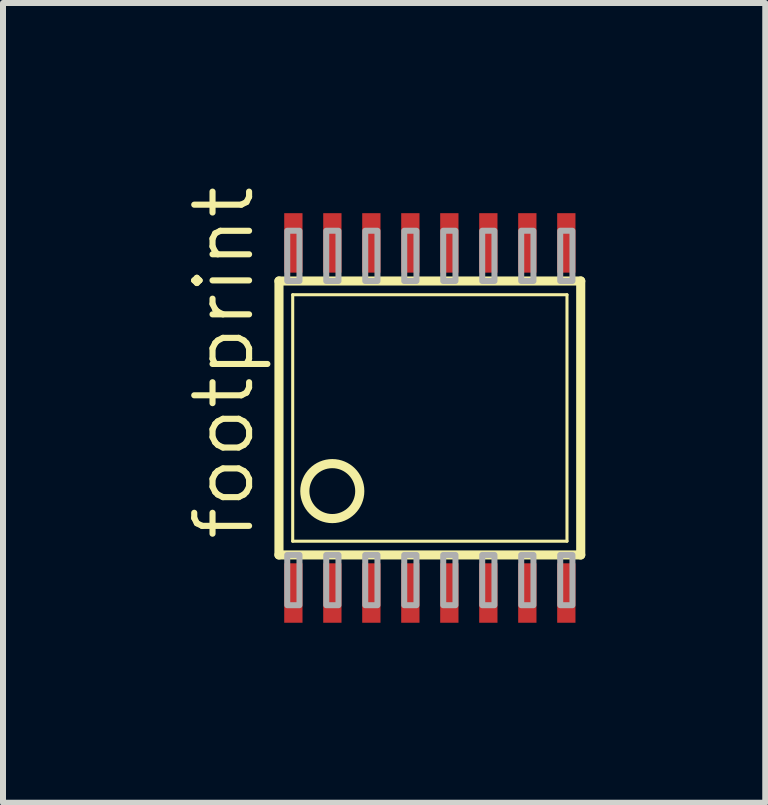
<source format=kicad_pcb>
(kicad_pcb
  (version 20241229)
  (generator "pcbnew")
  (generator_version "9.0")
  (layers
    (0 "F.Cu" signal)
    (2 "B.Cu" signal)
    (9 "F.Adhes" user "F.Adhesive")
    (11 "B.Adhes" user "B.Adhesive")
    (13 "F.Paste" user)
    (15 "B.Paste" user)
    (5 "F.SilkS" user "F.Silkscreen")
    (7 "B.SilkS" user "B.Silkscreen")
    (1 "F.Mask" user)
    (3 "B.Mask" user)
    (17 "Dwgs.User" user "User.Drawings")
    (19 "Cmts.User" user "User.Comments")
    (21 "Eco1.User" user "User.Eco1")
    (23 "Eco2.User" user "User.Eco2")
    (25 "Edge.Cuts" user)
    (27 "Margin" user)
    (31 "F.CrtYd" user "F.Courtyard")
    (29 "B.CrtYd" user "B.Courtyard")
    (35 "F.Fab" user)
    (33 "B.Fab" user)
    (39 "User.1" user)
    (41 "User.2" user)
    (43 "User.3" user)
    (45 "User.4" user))
  (footprint "footprint"
    (layer "F.Cu")
    (at 4.115 3.917)
    (property "Reference" "footprint" (at -2.896 2.083 90) (layer "F.SilkS") (effects (font (size 0.914 0.914) (thickness 0.102)) (justify left bottom)))
    (fp_line (start -2.515 2.283) (end -2.515 -2.283) (stroke (width 0.152) (type solid)) (layer "F.SilkS"))
    (fp_line (start -2.515 2.283) (end 2.515 2.283) (stroke (width 0.152) (type solid)) (layer "F.SilkS"))
    (fp_line (start -2.286 2.054) (end -2.286 -2.054) (stroke (width 0.051) (type solid)) (layer "F.SilkS"))
    (fp_line (start -2.286 2.054) (end 2.286 2.054) (stroke (width 0.051) (type solid)) (layer "F.SilkS"))
    (fp_line (start 2.286 -2.054) (end -2.286 -2.054) (stroke (width 0.051) (type solid)) (layer "F.SilkS"))
    (fp_line (start 2.286 -2.054) (end 2.286 2.054) (stroke (width 0.051) (type solid)) (layer "F.SilkS"))
    (fp_line (start 2.515 -2.283) (end -2.515 -2.283) (stroke (width 0.152) (type solid)) (layer "F.SilkS"))
    (fp_line (start 2.515 -2.283) (end 2.515 2.283) (stroke (width 0.152) (type solid)) (layer "F.SilkS"))
    (fp_circle (center -1.626 1.219) (end -1.168 1.219) (stroke (width 0.152) (type solid)) (fill no) (layer "F.SilkS"))
    (fp_poly (pts (xy -2.377 -2.283) (xy -2.173 -2.283) (xy -2.173 -3.121) (xy -2.377 -3.121)) (stroke (width 0.1) (type solid)) (fill no) (layer "F.Fab"))
    (fp_poly (pts (xy -2.377 3.121) (xy -2.173 3.121) (xy -2.173 2.283) (xy -2.377 2.283)) (stroke (width 0.1) (type solid)) (fill no) (layer "F.Fab"))
    (fp_poly (pts (xy -1.727 -2.283) (xy -1.523 -2.283) (xy -1.523 -3.121) (xy -1.727 -3.121)) (stroke (width 0.1) (type solid)) (fill no) (layer "F.Fab"))
    (fp_poly (pts (xy -1.727 3.121) (xy -1.523 3.121) (xy -1.523 2.283) (xy -1.727 2.283)) (stroke (width 0.1) (type solid)) (fill no) (layer "F.Fab"))
    (fp_poly (pts (xy -1.077 -2.283) (xy -0.873 -2.283) (xy -0.873 -3.121) (xy -1.077 -3.121)) (stroke (width 0.1) (type solid)) (fill no) (layer "F.Fab"))
    (fp_poly (pts (xy -1.077 3.121) (xy -0.873 3.121) (xy -0.873 2.283) (xy -1.077 2.283)) (stroke (width 0.1) (type solid)) (fill no) (layer "F.Fab"))
    (fp_poly (pts (xy -0.427 -2.283) (xy -0.223 -2.283) (xy -0.223 -3.121) (xy -0.427 -3.121)) (stroke (width 0.1) (type solid)) (fill no) (layer "F.Fab"))
    (fp_poly (pts (xy -0.427 3.121) (xy -0.223 3.121) (xy -0.223 2.283) (xy -0.427 2.283)) (stroke (width 0.1) (type solid)) (fill no) (layer "F.Fab"))
    (fp_poly (pts (xy 0.223 -2.283) (xy 0.427 -2.283) (xy 0.427 -3.121) (xy 0.223 -3.121)) (stroke (width 0.1) (type solid)) (fill no) (layer "F.Fab"))
    (fp_poly (pts (xy 0.223 3.121) (xy 0.427 3.121) (xy 0.427 2.283) (xy 0.223 2.283)) (stroke (width 0.1) (type solid)) (fill no) (layer "F.Fab"))
    (fp_poly (pts (xy 0.873 -2.283) (xy 1.077 -2.283) (xy 1.077 -3.121) (xy 0.873 -3.121)) (stroke (width 0.1) (type solid)) (fill no) (layer "F.Fab"))
    (fp_poly (pts (xy 0.873 3.121) (xy 1.077 3.121) (xy 1.077 2.283) (xy 0.873 2.283)) (stroke (width 0.1) (type solid)) (fill no) (layer "F.Fab"))
    (fp_poly (pts (xy 1.523 -2.283) (xy 1.727 -2.283) (xy 1.727 -3.121) (xy 1.523 -3.121)) (stroke (width 0.1) (type solid)) (fill no) (layer "F.Fab"))
    (fp_poly (pts (xy 1.523 3.121) (xy 1.727 3.121) (xy 1.727 2.283) (xy 1.523 2.283)) (stroke (width 0.1) (type solid)) (fill no) (layer "F.Fab"))
    (fp_poly (pts (xy 2.173 -2.283) (xy 2.377 -2.283) (xy 2.377 -3.121) (xy 2.173 -3.121)) (stroke (width 0.1) (type solid)) (fill no) (layer "F.Fab"))
    (fp_poly (pts (xy 2.173 3.121) (xy 2.377 3.121) (xy 2.377 2.283) (xy 2.173 2.283)) (stroke (width 0.1) (type solid)) (fill no) (layer "F.Fab"))
    (pad "1" smd rect (at -2.275 2.918) (size 0.305 0.991) (layers "F.Cu" "F.Mask" "F.Paste"))
    (pad "2" smd rect (at -1.625 2.918) (size 0.305 0.991) (layers "F.Cu" "F.Mask" "F.Paste"))
    (pad "3" smd rect (at -0.975 2.918) (size 0.305 0.991) (layers "F.Cu" "F.Mask" "F.Paste"))
    (pad "4" smd rect (at -0.325 2.918) (size 0.305 0.991) (layers "F.Cu" "F.Mask" "F.Paste"))
    (pad "5" smd rect (at 0.325 2.918) (size 0.305 0.991) (layers "F.Cu" "F.Mask" "F.Paste"))
    (pad "6" smd rect (at 0.975 2.918) (size 0.305 0.991) (layers "F.Cu" "F.Mask" "F.Paste"))
    (pad "7" smd rect (at 1.625 2.918) (size 0.305 0.991) (layers "F.Cu" "F.Mask" "F.Paste"))
    (pad "8" smd rect (at 2.275 2.918) (size 0.305 0.991) (layers "F.Cu" "F.Mask" "F.Paste"))
    (pad "9" smd rect (at 2.275 -2.918) (size 0.305 0.991) (layers "F.Cu" "F.Mask" "F.Paste"))
    (pad "10" smd rect (at 1.625 -2.918) (size 0.305 0.991) (layers "F.Cu" "F.Mask" "F.Paste"))
    (pad "11" smd rect (at 0.975 -2.918) (size 0.305 0.991) (layers "F.Cu" "F.Mask" "F.Paste"))
    (pad "12" smd rect (at 0.325 -2.918) (size 0.305 0.991) (layers "F.Cu" "F.Mask" "F.Paste"))
    (pad "13" smd rect (at -0.325 -2.918) (size 0.305 0.991) (layers "F.Cu" "F.Mask" "F.Paste"))
    (pad "14" smd rect (at -0.975 -2.918) (size 0.305 0.991) (layers "F.Cu" "F.Mask" "F.Paste"))
    (pad "15" smd rect (at -1.625 -2.918) (size 0.305 0.991) (layers "F.Cu" "F.Mask" "F.Paste"))
    (pad "16" smd rect (at -2.275 -2.918) (size 0.305 0.991) (layers "F.Cu" "F.Mask" "F.Paste")))
  (gr_rect
    (start -3 -3)
    (end 9.706 10.331)
    (stroke (width 0.1) (type default))
    (fill no)
    (layer "Edge.Cuts")))
</source>
